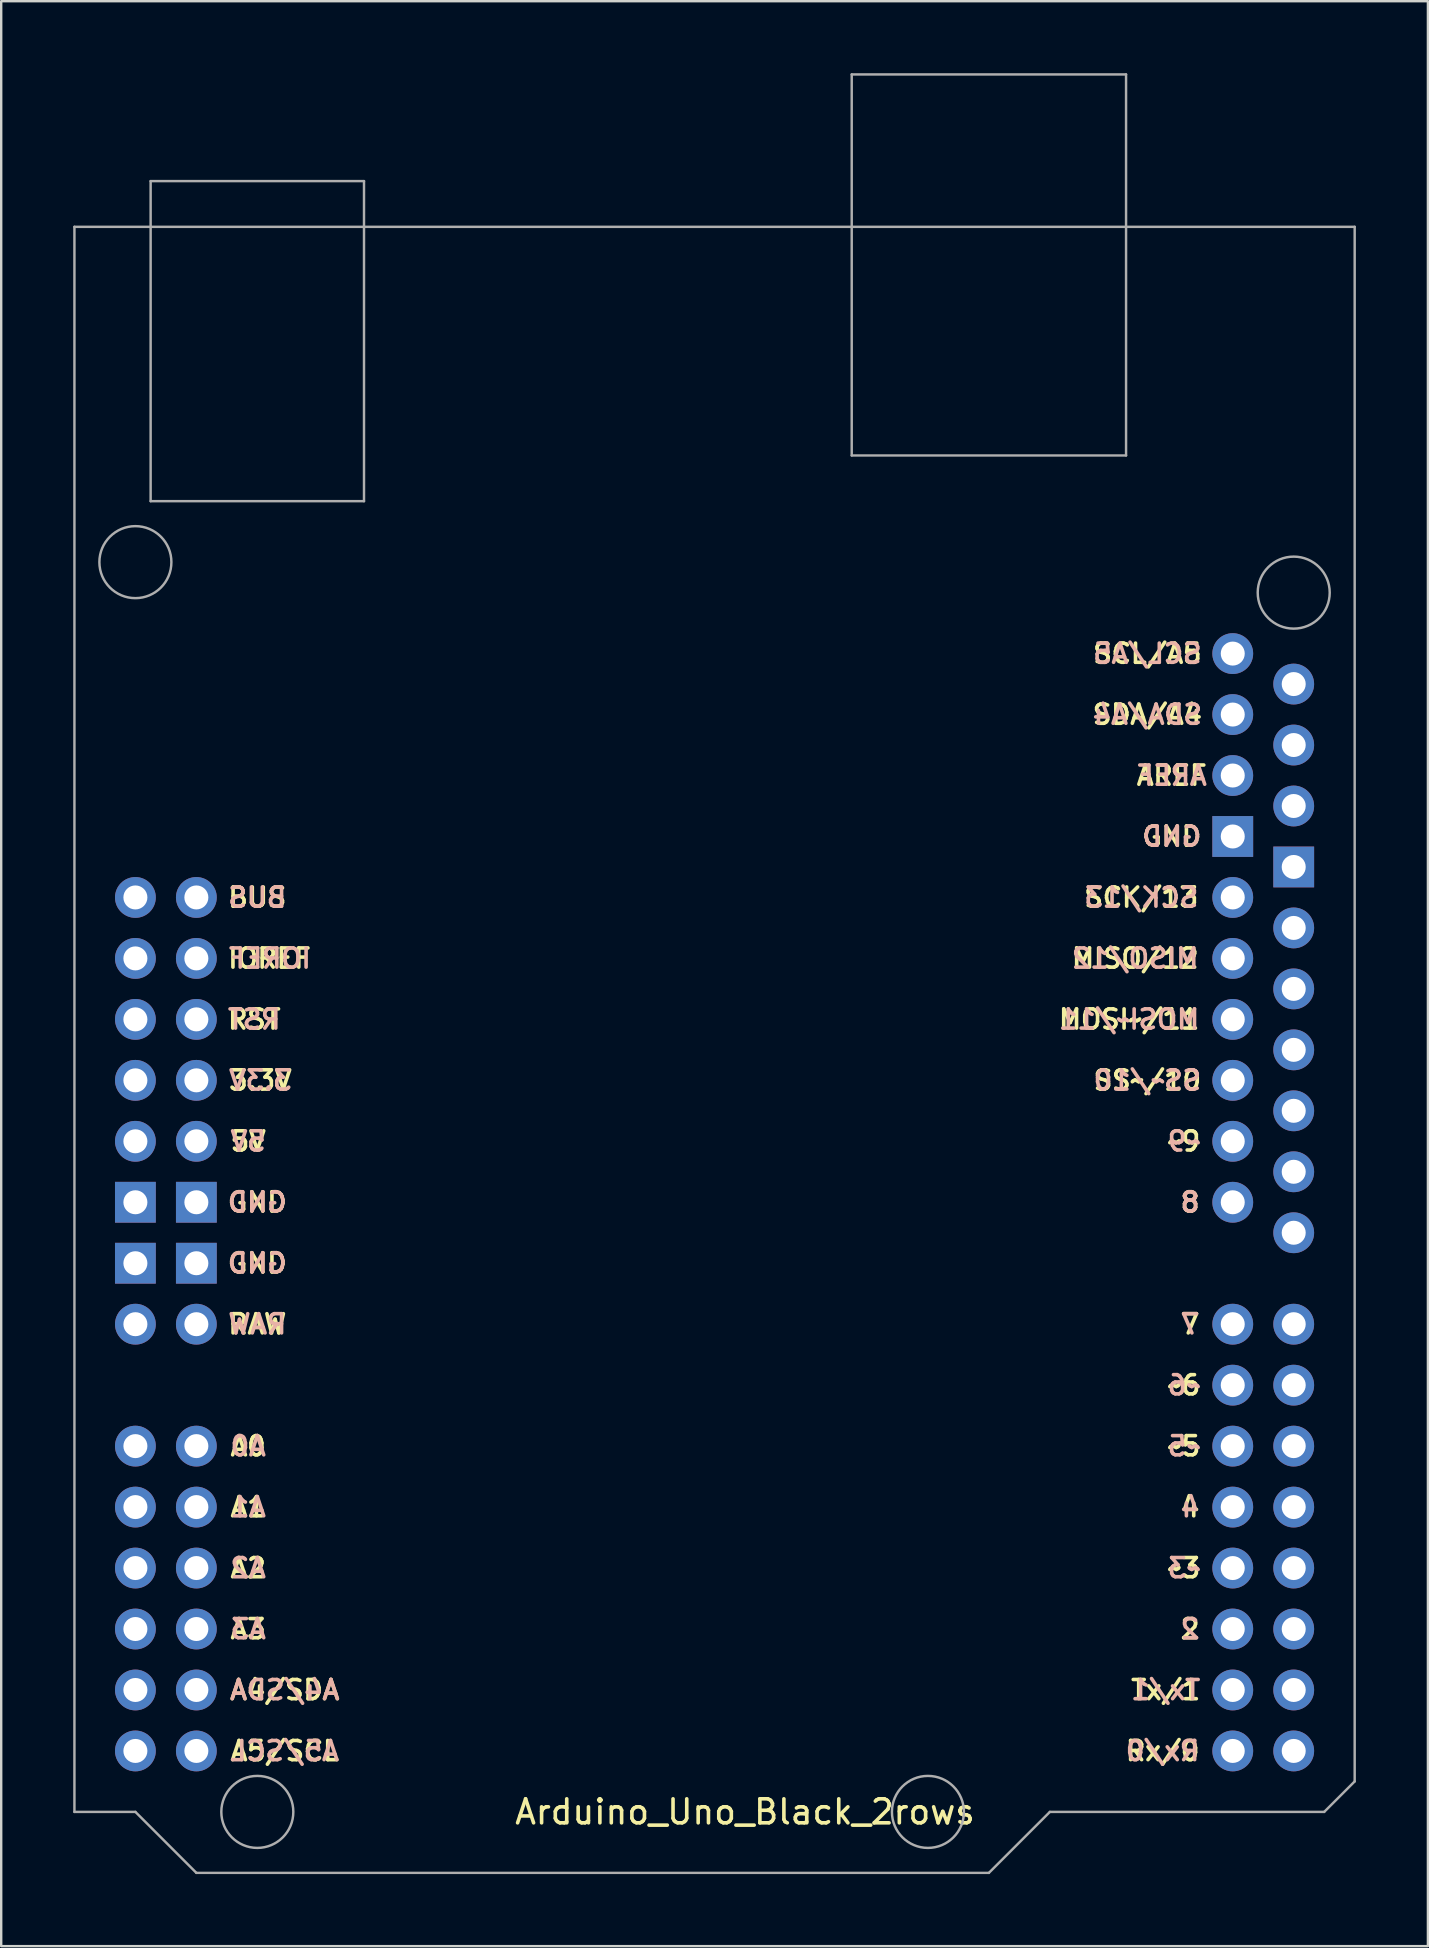
<source format=kicad_pcb>
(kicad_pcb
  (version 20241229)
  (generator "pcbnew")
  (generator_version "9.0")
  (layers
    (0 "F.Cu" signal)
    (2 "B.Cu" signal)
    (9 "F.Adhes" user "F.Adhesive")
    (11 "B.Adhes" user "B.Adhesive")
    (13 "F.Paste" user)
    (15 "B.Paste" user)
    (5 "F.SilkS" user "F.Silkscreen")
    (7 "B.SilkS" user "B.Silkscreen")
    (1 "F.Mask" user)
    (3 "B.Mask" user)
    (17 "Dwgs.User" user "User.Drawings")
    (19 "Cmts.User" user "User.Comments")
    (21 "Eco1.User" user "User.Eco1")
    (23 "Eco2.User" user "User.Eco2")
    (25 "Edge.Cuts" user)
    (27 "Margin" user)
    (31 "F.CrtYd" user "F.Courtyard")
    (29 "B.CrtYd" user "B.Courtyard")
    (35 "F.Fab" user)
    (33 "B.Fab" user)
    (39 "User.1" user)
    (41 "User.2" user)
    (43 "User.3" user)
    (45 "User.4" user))
  (footprint "Arduino_Uno_Black_2rows"
    (layer "F.Cu")
    (at 27.991 39.421)
    (property "Reference" "Arduino_Uno_Black_2rows" (at 0 33.02 0) (layer "F.SilkS") (effects (font (size 1 1) (thickness 0.15))))
    (attr through_hole)
    (fp_line (start -27.94 -33.02) (end -27.94 33.02) (stroke (width 0.102) (type solid)) (layer "F.Fab"))
    (fp_line (start -27.94 33.02) (end -25.4 33.02) (stroke (width 0.102) (type solid)) (layer "F.Fab"))
    (fp_line (start -25.4 33.02) (end -22.86 35.56) (stroke (width 0.102) (type solid)) (layer "F.Fab"))
    (fp_line (start -24.765 -34.925) (end -24.765 -21.59) (stroke (width 0.102) (type solid)) (layer "F.Fab"))
    (fp_line (start -24.765 -34.925) (end -15.875 -34.925) (stroke (width 0.102) (type solid)) (layer "F.Fab"))
    (fp_line (start -24.765 -21.59) (end -15.875 -21.59) (stroke (width 0.102) (type solid)) (layer "F.Fab"))
    (fp_line (start -22.86 35.56) (end 10.16 35.56) (stroke (width 0.102) (type solid)) (layer "F.Fab"))
    (fp_line (start -15.875 -34.925) (end -15.875 -21.59) (stroke (width 0.102) (type solid)) (layer "F.Fab"))
    (fp_line (start 4.445 -39.37) (end 4.445 -23.495) (stroke (width 0.102) (type solid)) (layer "F.Fab"))
    (fp_line (start 4.445 -39.37) (end 15.875 -39.37) (stroke (width 0.102) (type solid)) (layer "F.Fab"))
    (fp_line (start 4.445 -23.495) (end 15.875 -23.495) (stroke (width 0.102) (type solid)) (layer "F.Fab"))
    (fp_line (start 10.16 35.56) (end 12.7 33.02) (stroke (width 0.102) (type solid)) (layer "F.Fab"))
    (fp_line (start 12.7 33.02) (end 24.13 33.02) (stroke (width 0.102) (type solid)) (layer "F.Fab"))
    (fp_line (start 15.875 -39.37) (end 15.875 -23.495) (stroke (width 0.102) (type solid)) (layer "F.Fab"))
    (fp_line (start 24.13 33.02) (end 25.4 31.75) (stroke (width 0.102) (type solid)) (layer "F.Fab"))
    (fp_line (start 25.4 -33.02) (end -27.94 -33.02) (stroke (width 0.102) (type solid)) (layer "F.Fab"))
    (fp_line (start 25.4 31.75) (end 25.4 -33.02) (stroke (width 0.102) (type solid)) (layer "F.Fab"))
    (fp_circle (center -25.4 -19.05) (end -25.4 -17.55) (stroke (width 0.102) (type solid)) (fill no) (layer "F.Fab"))
    (fp_circle (center -20.32 33.02) (end -20.32 34.52) (stroke (width 0.102) (type solid)) (fill no) (layer "F.Fab"))
    (fp_circle (center 7.62 33.02) (end 7.62 34.52) (stroke (width 0.102) (type solid)) (fill no) (layer "F.Fab"))
    (fp_circle (center 22.86 -17.78) (end 22.86 -16.28) (stroke (width 0.102) (type solid)) (fill no) (layer "F.Fab"))
    (fp_text user "8" (at 18.542 7.62 0) (layer "F.SilkS") (effects (font (size 0.8 0.8) (thickness 0.15))))
    (fp_text user "IOREF" (at -19.812 -2.54 0) (layer "F.SilkS") (effects (font (size 0.8 0.8) (thickness 0.15))))
    (fp_text user "3.3V" (at -20.193 2.54 0) (layer "F.SilkS") (effects (font (size 0.8 0.8) (thickness 0.15))))
    (fp_text user "A0" (at -20.701 17.78 0) (layer "F.SilkS") (effects (font (size 0.8 0.8) (thickness 0.15))))
    (fp_text user "MOSI~/11" (at 16.002 0 0) (layer "F.SilkS") (effects (font (size 0.8 0.8) (thickness 0.15))))
    (fp_text user "GND" (at -20.32 7.62 0) (layer "F.SilkS") (effects (font (size 0.8 0.8) (thickness 0.15))))
    (fp_text user "AREF" (at 17.78 -10.16 0) (layer "F.SilkS") (effects (font (size 0.8 0.8) (thickness 0.15))))
    (fp_text user "SDA/A4" (at 16.764 -12.7 0) (layer "F.SilkS") (effects (font (size 0.8 0.8) (thickness 0.15))))
    (fp_text user "RAW" (at -20.32 12.7 0) (layer "F.SilkS") (effects (font (size 0.8 0.8) (thickness 0.15))))
    (fp_text user "Rx/0" (at 17.399 30.48 0) (layer "F.SilkS") (effects (font (size 0.8 0.8) (thickness 0.15))))
    (fp_text user "BUS" (at -20.32 -5.08 0) (layer "F.SilkS") (effects (font (size 0.8 0.8) (thickness 0.15))))
    (fp_text user "GND" (at 17.78 -7.62 0) (layer "F.SilkS") (effects (font (size 0.8 0.8) (thickness 0.15))))
    (fp_text user "GND" (at -20.32 10.16 0) (layer "F.SilkS") (effects (font (size 0.8 0.8) (thickness 0.15))))
    (fp_text user "~9" (at 18.288 5.08 0) (layer "F.SilkS") (effects (font (size 0.8 0.8) (thickness 0.15))))
    (fp_text user "4" (at 18.542 20.32 0) (layer "F.SilkS") (effects (font (size 0.8 0.8) (thickness 0.15))))
    (fp_text user "RST" (at -20.447 0 0) (layer "F.SilkS") (effects (font (size 0.8 0.8) (thickness 0.15))))
    (fp_text user "2" (at 18.542 25.4 0) (layer "F.SilkS") (effects (font (size 0.8 0.8) (thickness 0.15))))
    (fp_text user "~6" (at 18.288 15.24 0) (layer "F.SilkS") (effects (font (size 0.8 0.8) (thickness 0.15))))
    (fp_text user "7" (at 18.542 12.7 0) (layer "F.SilkS") (effects (font (size 0.8 0.8) (thickness 0.15))))
    (fp_text user "SCL/A5" (at 16.764 -15.24 0) (layer "F.SilkS") (effects (font (size 0.8 0.8) (thickness 0.15))))
    (fp_text user "A2" (at -20.701 22.86 0) (layer "F.SilkS") (effects (font (size 0.8 0.8) (thickness 0.15))))
    (fp_text user "5V" (at -20.701 5.08 0) (layer "F.SilkS") (effects (font (size 0.8 0.8) (thickness 0.15))))
    (fp_text user "A4/SDA" (at -19.177 27.94 0) (layer "F.SilkS") (effects (font (size 0.8 0.8) (thickness 0.15))))
    (fp_text user "A5/SCL" (at -19.177 30.48 0) (layer "F.SilkS") (effects (font (size 0.8 0.8) (thickness 0.15))))
    (fp_text user "A1" (at -20.701 20.32 0) (layer "F.SilkS") (effects (font (size 0.8 0.8) (thickness 0.15))))
    (fp_text user "~5" (at 18.288 17.78 0) (layer "F.SilkS") (effects (font (size 0.8 0.8) (thickness 0.15))))
    (fp_text user "~3" (at 18.288 22.86 0) (layer "F.SilkS") (effects (font (size 0.8 0.8) (thickness 0.15))))
    (fp_text user "SCK/13" (at 16.51 -5.08 0) (layer "F.SilkS") (effects (font (size 0.8 0.8) (thickness 0.15))))
    (fp_text user "Tx/1" (at 17.526 27.94 0) (layer "F.SilkS") (effects (font (size 0.8 0.8) (thickness 0.15))))
    (fp_text user "MISO/12" (at 16.256 -2.54 0) (layer "F.SilkS") (effects (font (size 0.8 0.8) (thickness 0.15))))
    (fp_text user "SS~/10" (at 16.764 2.54 0) (layer "F.SilkS") (effects (font (size 0.8 0.8) (thickness 0.15))))
    (fp_text user "A3" (at -20.701 25.4 0) (layer "F.SilkS") (effects (font (size 0.8 0.8) (thickness 0.15))))
    (fp_text user "Rx/0" (at 17.399 30.48 0) (layer "B.SilkS") (effects (font (size 0.8 0.8) (thickness 0.15)) (justify mirror)))
    (fp_text user "7" (at 18.542 12.7 0) (layer "B.SilkS") (effects (font (size 0.8 0.8) (thickness 0.15)) (justify mirror)))
    (fp_text user "4" (at 18.542 20.32 0) (layer "B.SilkS") (effects (font (size 0.8 0.8) (thickness 0.15)) (justify mirror)))
    (fp_text user "~3" (at 18.288 22.86 0) (layer "B.SilkS") (effects (font (size 0.8 0.8) (thickness 0.15)) (justify mirror)))
    (fp_text user "A5/SCL" (at -19.177 30.48 0) (layer "B.SilkS") (effects (font (size 0.8 0.8) (thickness 0.15)) (justify mirror)))
    (fp_text user "RAW" (at -20.32 12.7 0) (layer "B.SilkS") (effects (font (size 0.8 0.8) (thickness 0.15)) (justify mirror)))
    (fp_text user "A2" (at -20.701 22.86 0) (layer "B.SilkS") (effects (font (size 0.8 0.8) (thickness 0.15)) (justify mirror)))
    (fp_text user "A0" (at -20.701 17.78 0) (layer "B.SilkS") (effects (font (size 0.8 0.8) (thickness 0.15)) (justify mirror)))
    (fp_text user "3.3V" (at -20.193 2.54 0) (layer "B.SilkS") (effects (font (size 0.8 0.8) (thickness 0.15)) (justify mirror)))
    (fp_text user "AREF" (at 17.78 -10.16 0) (layer "B.SilkS") (effects (font (size 0.8 0.8) (thickness 0.15)) (justify mirror)))
    (fp_text user "GND" (at -20.32 7.62 0) (layer "B.SilkS") (effects (font (size 0.8 0.8) (thickness 0.15)) (justify mirror)))
    (fp_text user "Tx/1" (at 17.526 27.94 0) (layer "B.SilkS") (effects (font (size 0.8 0.8) (thickness 0.15)) (justify mirror)))
    (fp_text user "MISO/12" (at 16.256 -2.54 0) (layer "B.SilkS") (effects (font (size 0.8 0.8) (thickness 0.15)) (justify mirror)))
    (fp_text user "A1" (at -20.701 20.32 0) (layer "B.SilkS") (effects (font (size 0.8 0.8) (thickness 0.15)) (justify mirror)))
    (fp_text user "A4/SDA" (at -19.177 27.94 0) (layer "B.SilkS") (effects (font (size 0.8 0.8) (thickness 0.15)) (justify mirror)))
    (fp_text user "~6" (at 18.288 15.24 0) (layer "B.SilkS") (effects (font (size 0.8 0.8) (thickness 0.15)) (justify mirror)))
    (fp_text user "8" (at 18.542 7.62 0) (layer "B.SilkS") (effects (font (size 0.8 0.8) (thickness 0.15)) (justify mirror)))
    (fp_text user "SCL/A5" (at 16.764 -15.24 0) (layer "B.SilkS") (effects (font (size 0.8 0.8) (thickness 0.15)) (justify mirror)))
    (fp_text user "A3" (at -20.701 25.4 0) (layer "B.SilkS") (effects (font (size 0.8 0.8) (thickness 0.15)) (justify mirror)))
    (fp_text user "~5" (at 18.288 17.78 0) (layer "B.SilkS") (effects (font (size 0.8 0.8) (thickness 0.15)) (justify mirror)))
    (fp_text user "IOREF" (at -19.812 -2.54 0) (layer "B.SilkS") (effects (font (size 0.8 0.8) (thickness 0.15)) (justify mirror)))
    (fp_text user "BUS" (at -20.32 -5.08 0) (layer "B.SilkS") (effects (font (size 0.8 0.8) (thickness 0.15)) (justify mirror)))
    (fp_text user "GND" (at -20.32 10.16 0) (layer "B.SilkS") (effects (font (size 0.8 0.8) (thickness 0.15)) (justify mirror)))
    (fp_text user "RST" (at -20.447 0 0) (layer "B.SilkS") (effects (font (size 0.8 0.8) (thickness 0.15)) (justify mirror)))
    (fp_text user "SDA/A4" (at 16.764 -12.7 0) (layer "B.SilkS") (effects (font (size 0.8 0.8) (thickness 0.15)) (justify mirror)))
    (fp_text user "5V" (at -20.701 5.08 0) (layer "B.SilkS") (effects (font (size 0.8 0.8) (thickness 0.15)) (justify mirror)))
    (fp_text user "2" (at 18.542 25.4 0) (layer "B.SilkS") (effects (font (size 0.8 0.8) (thickness 0.15)) (justify mirror)))
    (fp_text user "MOSI~/11" (at 16.002 0 0) (layer "B.SilkS") (effects (font (size 0.8 0.8) (thickness 0.15)) (justify mirror)))
    (fp_text user "~9" (at 18.288 5.08 0) (layer "B.SilkS") (effects (font (size 0.8 0.8) (thickness 0.15)) (justify mirror)))
    (fp_text user "SCK/13" (at 16.51 -5.08 0) (layer "B.SilkS") (effects (font (size 0.8 0.8) (thickness 0.15)) (justify mirror)))
    (fp_text user "SS~/10" (at 16.764 2.54 0) (layer "B.SilkS") (effects (font (size 0.8 0.8) (thickness 0.15)) (justify mirror)))
    (fp_text user "GND" (at 17.78 -7.62 0) (layer "B.SilkS") (effects (font (size 0.8 0.8) (thickness 0.15)) (justify mirror)))
    (pad "1" thru_hole circle (at 20.32 22.86 270) (size 1.7 1.7) (drill 1) (layers "*.Cu" "*.Mask"))
    (pad "1" thru_hole circle (at 22.86 22.86 270) (size 1.7 1.7) (drill 1) (layers "*.Cu" "*.Mask"))
    (pad "2" thru_hole circle (at 20.32 20.32 270) (size 1.7 1.7) (drill 1) (layers "*.Cu" "*.Mask"))
    (pad "2" thru_hole circle (at 22.86 20.32 270) (size 1.7 1.7) (drill 1) (layers "*.Cu" "*.Mask"))
    (pad "3" thru_hole rect (at -25.4 7.62 270) (size 1.7 1.7) (drill 1) (layers "*.Cu" "*.Mask"))
    (pad "3" thru_hole rect (at -22.86 7.62 270) (size 1.7 1.7) (drill 1) (layers "*.Cu" "*.Mask"))
    (pad "5" thru_hole rect (at -25.4 10.16 270) (size 1.7 1.7) (drill 1) (layers "*.Cu" "*.Mask"))
    (pad "5" thru_hole rect (at -22.86 10.16 270) (size 1.7 1.7) (drill 1) (layers "*.Cu" "*.Mask"))
    (pad "6" thru_hole circle (at -25.4 5.08 270) (size 1.7 1.7) (drill 1) (layers "*.Cu" "*.Mask"))
    (pad "6" thru_hole circle (at -22.86 5.08 270) (size 1.7 1.7) (drill 1) (layers "*.Cu" "*.Mask"))
    (pad "9" thru_hole circle (at 20.32 17.78 270) (size 1.7 1.7) (drill 1) (layers "*.Cu" "*.Mask"))
    (pad "9" thru_hole circle (at 22.86 17.78 270) (size 1.7 1.7) (drill 1) (layers "*.Cu" "*.Mask"))
    (pad "10" thru_hole circle (at 20.32 15.24 270) (size 1.7 1.7) (drill 1) (layers "*.Cu" "*.Mask"))
    (pad "10" thru_hole circle (at 22.86 15.24 270) (size 1.7 1.7) (drill 1) (layers "*.Cu" "*.Mask"))
    (pad "11" thru_hole circle (at 20.32 12.7 270) (size 1.7 1.7) (drill 1) (layers "*.Cu" "*.Mask"))
    (pad "11" thru_hole circle (at 22.86 12.7 270) (size 1.7 1.7) (drill 1) (layers "*.Cu" "*.Mask"))
    (pad "12" thru_hole circle (at 20.32 7.62 270) (size 1.7 1.7) (drill 1) (layers "*.Cu" "*.Mask"))
    (pad "12" thru_hole circle (at 22.86 8.89 270) (size 1.7 1.7) (drill 1) (layers "*.Cu" "*.Mask"))
    (pad "13" thru_hole circle (at 20.32 5.08 270) (size 1.7 1.7) (drill 1) (layers "*.Cu" "*.Mask"))
    (pad "13" thru_hole circle (at 22.86 6.35 270) (size 1.7 1.7) (drill 1) (layers "*.Cu" "*.Mask"))
    (pad "14" thru_hole circle (at 20.32 2.54 270) (size 1.7 1.7) (drill 1) (layers "*.Cu" "*.Mask"))
    (pad "14" thru_hole circle (at 22.86 3.81 270) (size 1.7 1.7) (drill 1) (layers "*.Cu" "*.Mask"))
    (pad "15" thru_hole circle (at 20.32 0 270) (size 1.7 1.7) (drill 1) (layers "*.Cu" "*.Mask"))
    (pad "15" thru_hole circle (at 22.86 1.27 270) (size 1.7 1.7) (drill 1) (layers "*.Cu" "*.Mask"))
    (pad "16" thru_hole circle (at 20.32 -2.54 270) (size 1.7 1.7) (drill 1) (layers "*.Cu" "*.Mask"))
    (pad "16" thru_hole circle (at 22.86 -1.27 270) (size 1.7 1.7) (drill 1) (layers "*.Cu" "*.Mask"))
    (pad "17" thru_hole circle (at 20.32 -5.08 270) (size 1.7 1.7) (drill 1) (layers "*.Cu" "*.Mask"))
    (pad "17" thru_hole circle (at 22.86 -3.81 270) (size 1.7 1.7) (drill 1) (layers "*.Cu" "*.Mask"))
    (pad "20" thru_hole circle (at 20.32 -10.16 270) (size 1.7 1.7) (drill 1) (layers "*.Cu" "*.Mask"))
    (pad "20" thru_hole circle (at 22.86 -8.89 270) (size 1.7 1.7) (drill 1) (layers "*.Cu" "*.Mask"))
    (pad "21" thru_hole rect (at 20.32 -7.62 270) (size 1.7 1.7) (drill 1) (layers "*.Cu" "*.Mask"))
    (pad "21" thru_hole rect (at 22.86 -6.35 270) (size 1.7 1.7) (drill 1) (layers "*.Cu" "*.Mask"))
    (pad "23" thru_hole circle (at -25.4 17.78 270) (size 1.7 1.7) (drill 1) (layers "*.Cu" "*.Mask"))
    (pad "23" thru_hole circle (at -22.86 17.78 270) (size 1.7 1.7) (drill 1) (layers "*.Cu" "*.Mask"))
    (pad "24" thru_hole circle (at -25.4 20.32 270) (size 1.7 1.7) (drill 1) (layers "*.Cu" "*.Mask"))
    (pad "24" thru_hole circle (at -22.86 20.32 270) (size 1.7 1.7) (drill 1) (layers "*.Cu" "*.Mask"))
    (pad "25" thru_hole circle (at -25.4 22.86 270) (size 1.7 1.7) (drill 1) (layers "*.Cu" "*.Mask"))
    (pad "25" thru_hole circle (at -22.86 22.86 270) (size 1.7 1.7) (drill 1) (layers "*.Cu" "*.Mask"))
    (pad "26" thru_hole circle (at -25.4 25.4 270) (size 1.7 1.7) (drill 1) (layers "*.Cu" "*.Mask"))
    (pad "26" thru_hole circle (at -22.86 25.4 270) (size 1.7 1.7) (drill 1) (layers "*.Cu" "*.Mask"))
    (pad "27" thru_hole circle (at -25.4 27.94 270) (size 1.7 1.7) (drill 1) (layers "*.Cu" "*.Mask"))
    (pad "27" thru_hole circle (at -22.86 27.94 270) (size 1.7 1.7) (drill 1) (layers "*.Cu" "*.Mask"))
    (pad "27" thru_hole circle (at 20.32 -12.7 270) (size 1.7 1.7) (drill 1) (layers "*.Cu" "*.Mask"))
    (pad "27" thru_hole circle (at 22.86 -11.43 270) (size 1.7 1.7) (drill 1) (layers "*.Cu" "*.Mask"))
    (pad "28" thru_hole circle (at -25.4 30.48 270) (size 1.7 1.7) (drill 1) (layers "*.Cu" "*.Mask"))
    (pad "28" thru_hole circle (at -22.86 30.48 270) (size 1.7 1.7) (drill 1) (layers "*.Cu" "*.Mask"))
    (pad "28" thru_hole circle (at 20.32 -15.24 270) (size 1.7 1.7) (drill 1) (layers "*.Cu" "*.Mask"))
    (pad "28" thru_hole circle (at 22.86 -13.97 270) (size 1.7 1.7) (drill 1) (layers "*.Cu" "*.Mask"))
    (pad "29" thru_hole circle (at -25.4 0 270) (size 1.7 1.7) (drill 1) (layers "*.Cu" "*.Mask"))
    (pad "29" thru_hole circle (at -22.86 0 270) (size 1.7 1.7) (drill 1) (layers "*.Cu" "*.Mask"))
    (pad "30" thru_hole circle (at 20.32 30.48 270) (size 1.7 1.7) (drill 1) (layers "*.Cu" "*.Mask"))
    (pad "30" thru_hole circle (at 22.86 30.48 270) (size 1.7 1.7) (drill 1) (layers "*.Cu" "*.Mask"))
    (pad "31" thru_hole circle (at 20.32 27.94 270) (size 1.7 1.7) (drill 1) (layers "*.Cu" "*.Mask"))
    (pad "31" thru_hole circle (at 22.86 27.94 270) (size 1.7 1.7) (drill 1) (layers "*.Cu" "*.Mask"))
    (pad "32" thru_hole circle (at 20.32 25.4 270) (size 1.7 1.7) (drill 1) (layers "*.Cu" "*.Mask"))
    (pad "32" thru_hole circle (at 22.86 25.4 270) (size 1.7 1.7) (drill 1) (layers "*.Cu" "*.Mask"))
    (pad "90" thru_hole circle (at -25.4 -5.08 270) (size 1.7 1.7) (drill 1) (layers "*.Cu" "*.Mask"))
    (pad "90" thru_hole circle (at -22.86 -5.08 270) (size 1.7 1.7) (drill 1) (layers "*.Cu" "*.Mask"))
    (pad "94" thru_hole circle (at -25.4 2.54 270) (size 1.7 1.7) (drill 1) (layers "*.Cu" "*.Mask"))
    (pad "94" thru_hole circle (at -22.86 2.54 270) (size 1.7 1.7) (drill 1) (layers "*.Cu" "*.Mask"))
    (pad "96" thru_hole circle (at -25.4 -2.54 270) (size 1.7 1.7) (drill 1) (layers "*.Cu" "*.Mask"))
    (pad "96" thru_hole circle (at -22.86 -2.54 270) (size 1.7 1.7) (drill 1) (layers "*.Cu" "*.Mask"))
    (pad "99" thru_hole circle (at -25.4 12.7 270) (size 1.7 1.7) (drill 1) (layers "*.Cu" "*.Mask"))
    (pad "99" thru_hole circle (at -22.86 12.7 270) (size 1.7 1.7) (drill 1) (layers "*.Cu" "*.Mask")))
  (gr_rect
    (start -3 -3)
    (end 56.442 78.032)
    (stroke (width 0.1) (type default))
    (fill no)
    (layer "Edge.Cuts")))
</source>
